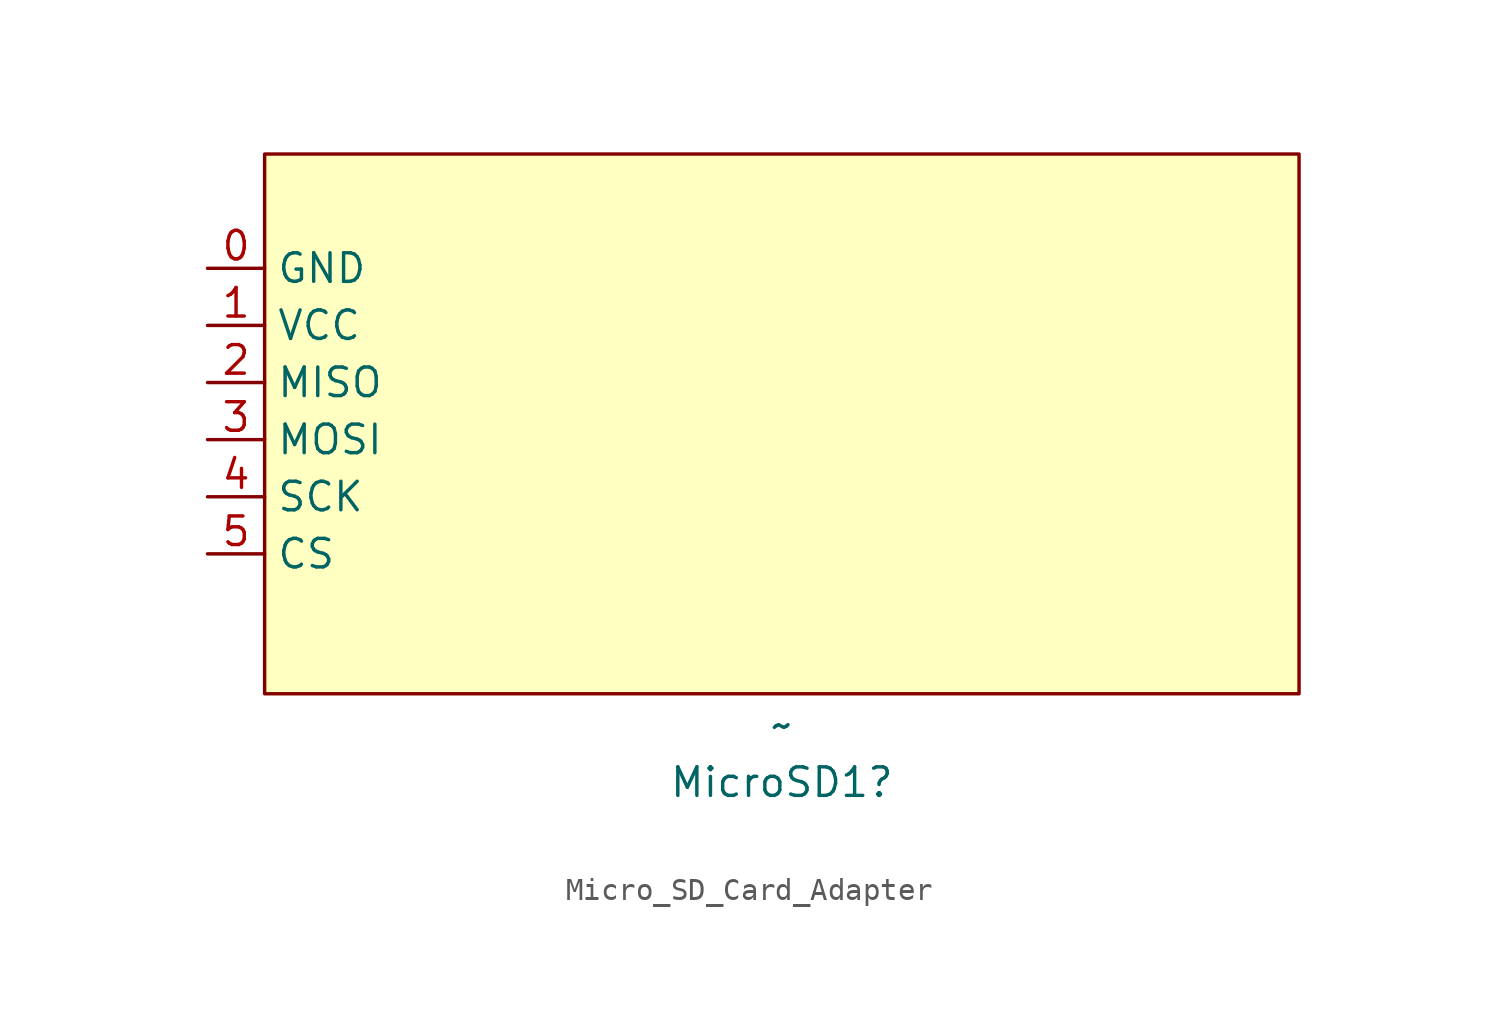
<source format=kicad_sym>
(kicad_symbol_lib
  (version 20241209)
  (generator "kicad_symbol_editor")
  (generator_version "9.0")
  (symbol "Micro_SD_Card_Adapter"
    (property "Reference" "MicroSD1"
      (at 25.54 -27.94 0)
      (effects (font (size 1.27 1.27))))
    (property "Value" "~"
      (at 25.54 -25.4 0)
      (effects (font (size 1.27 1.27))))
    (symbol "Micro_SD_Card_Adapter_1_1"
      (rectangle (start 2.54 0) (end 48.54 -24) (stroke (width 0) (type solid)) (fill (type background)))
      (pin power_in line (at 0 -5.08 0) (length 2.54) (name "GND" (effects (font (size 1.27 1.27)))) (number "0" (effects (font (size 1.27 1.27)))))
      (pin power_in line (at 0 -7.62 0) (length 2.54) (name "VCC" (effects (font (size 1.27 1.27)))) (number "1" (effects (font (size 1.27 1.27)))))
      (pin output line (at 0 -10.16 0) (length 2.54) (name "MISO" (effects (font (size 1.27 1.27)))) (number "2" (effects (font (size 1.27 1.27)))))
      (pin output line (at 0 -12.7 0) (length 2.54) (name "MOSI" (effects (font (size 1.27 1.27)))) (number "3" (effects (font (size 1.27 1.27)))))
      (pin output line (at 0 -15.24 0) (length 2.54) (name "SCK" (effects (font (size 1.27 1.27)))) (number "4" (effects (font (size 1.27 1.27)))))
      (pin output line (at 0 -17.78 0) (length 2.54) (name "CS" (effects (font (size 1.27 1.27)))) (number "5" (effects (font (size 1.27 1.27))))))))
</source>
